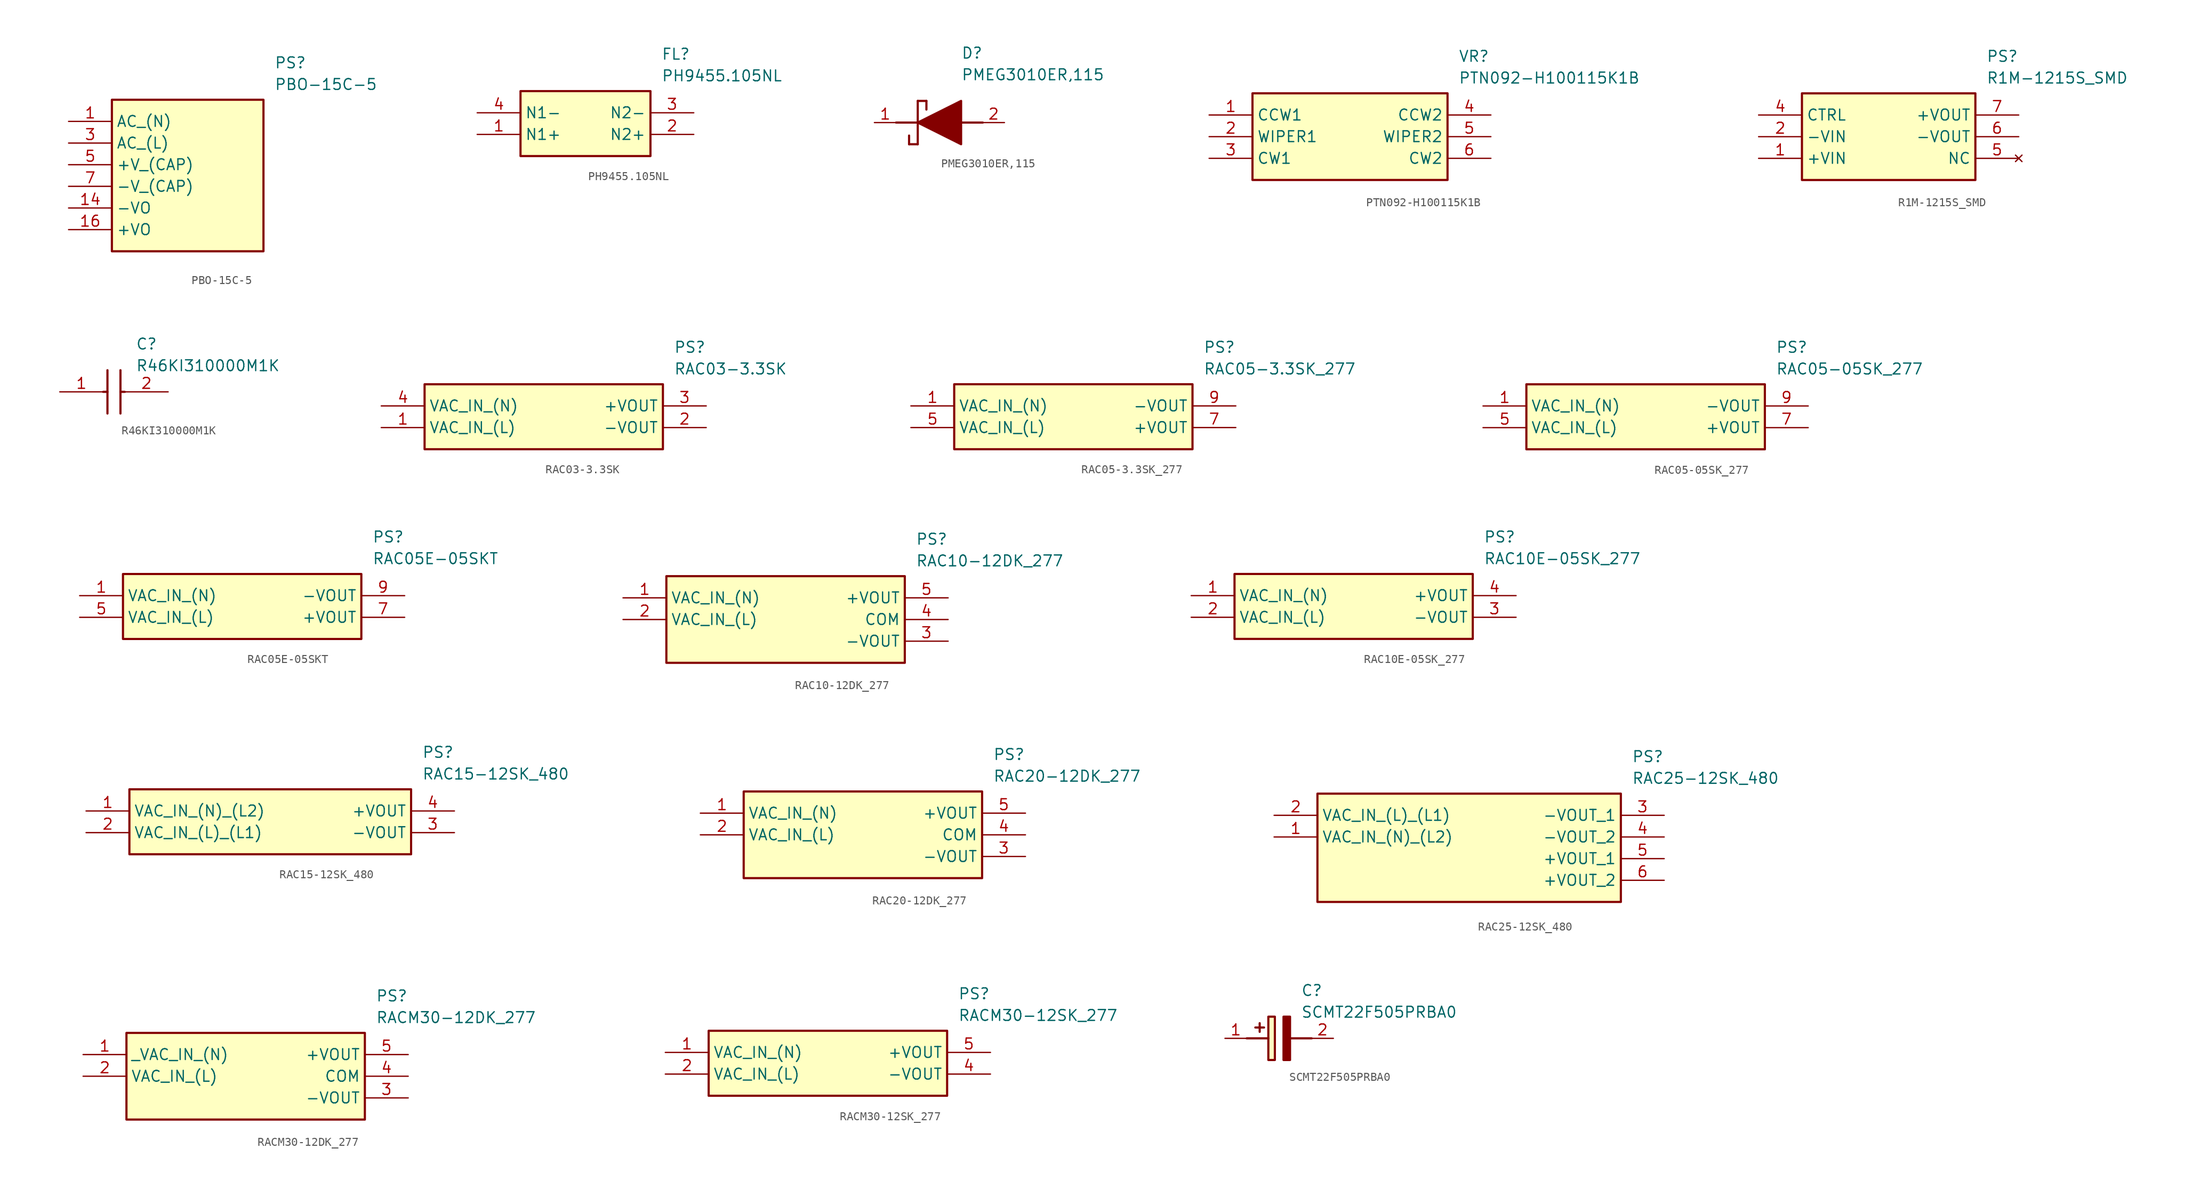
<source format=kicad_sym>
(kicad_symbol_lib
  (version 20241209)
  (generator "kicad_symbol_editor")
  (generator_version "9.0")
  (symbol "PBO-15C-5"
    (property "Reference" "PS"
      (at 24.13 7.62 0)
      (effects (font (size 1.27 1.27)) (justify left top)))
    (property "Value" "PBO-15C-5"
      (at 24.13 5.08 0)
      (effects (font (size 1.27 1.27)) (justify left top)))
    (symbol "PBO-15C-5_1_1"
      (rectangle (start 5.08 2.54) (end 22.86 -15.24) (stroke (width 0.254) (type default)) (fill (type background)))
      (pin passive line (at 0 0 0) (length 5.08) (name "AC_(N)" (effects (font (size 1.27 1.27)))) (number "1" (effects (font (size 1.27 1.27)))))
      (pin passive line (at 0 -2.54 0) (length 5.08) (name "AC_(L)" (effects (font (size 1.27 1.27)))) (number "3" (effects (font (size 1.27 1.27)))))
      (pin passive line (at 0 -5.08 0) (length 5.08) (name "+V_(CAP)" (effects (font (size 1.27 1.27)))) (number "5" (effects (font (size 1.27 1.27)))))
      (pin passive line (at 0 -7.62 0) (length 5.08) (name "-V_(CAP)" (effects (font (size 1.27 1.27)))) (number "7" (effects (font (size 1.27 1.27)))))
      (pin passive line (at 0 -10.16 0) (length 5.08) (name "-VO" (effects (font (size 1.27 1.27)))) (number "14" (effects (font (size 1.27 1.27)))))
      (pin passive line (at 0 -12.7 0) (length 5.08) (name "+VO" (effects (font (size 1.27 1.27)))) (number "16" (effects (font (size 1.27 1.27)))))))
  (symbol "PH9455.105NL"
    (property "Reference" "FL"
      (at 21.59 7.62 0)
      (effects (font (size 1.27 1.27)) (justify left top)))
    (property "Value" "PH9455.105NL"
      (at 21.59 5.08 0)
      (effects (font (size 1.27 1.27)) (justify left top)))
    (symbol "PH9455.105NL_1_1"
      (rectangle (start 5.08 2.54) (end 20.32 -5.08) (stroke (width 0.254) (type default)) (fill (type background)))
      (pin passive line (at 0 0 0) (length 5.08) (name "N1-" (effects (font (size 1.27 1.27)))) (number "4" (effects (font (size 1.27 1.27)))))
      (pin passive line (at 0 -2.54 0) (length 5.08) (name "N1+" (effects (font (size 1.27 1.27)))) (number "1" (effects (font (size 1.27 1.27)))))
      (pin passive line (at 25.4 0 180) (length 5.08) (name "N2-" (effects (font (size 1.27 1.27)))) (number "3" (effects (font (size 1.27 1.27)))))
      (pin passive line (at 25.4 -2.54 180) (length 5.08) (name "N2+" (effects (font (size 1.27 1.27)))) (number "2" (effects (font (size 1.27 1.27)))))))
  (symbol "PMEG3010ER,115"
    (pin_names
      (hide yes))
    (property "Reference" "D"
      (at 12.7 8.89 0)
      (effects (font (size 1.27 1.27)) (justify left top)))
    (property "Value" "PMEG3010ER,115"
      (at 12.7 6.35 0)
      (effects (font (size 1.27 1.27)) (justify left top)))
    (symbol "PMEG3010ER,115_1_1"
      (polyline (pts (xy 5.08 0) (xy 7.62 0)) (stroke (width 0.254) (type default)) (fill (type none)))
      (polyline (pts (xy 6.604 -1.524) (xy 6.604 -2.54)) (stroke (width 0.254) (type default)) (fill (type none)))
      (polyline (pts (xy 7.62 2.54) (xy 7.62 -2.54)) (stroke (width 0.254) (type default)) (fill (type none)))
      (polyline (pts (xy 7.62 2.54) (xy 8.636 2.54)) (stroke (width 0.254) (type default)) (fill (type none)))
      (polyline (pts (xy 7.62 0) (xy 12.7 2.54) (xy 12.7 -2.54) (xy 7.62 0)) (stroke (width 0.254) (type default)) (fill (type outline)))
      (polyline (pts (xy 7.62 -2.54) (xy 6.604 -2.54)) (stroke (width 0.254) (type default)) (fill (type none)))
      (polyline (pts (xy 8.636 1.524) (xy 8.636 2.54)) (stroke (width 0.254) (type default)) (fill (type none)))
      (polyline (pts (xy 12.7 0) (xy 15.24 0)) (stroke (width 0.254) (type default)) (fill (type none)))
      (pin passive line (at 2.54 0 0) (length 2.54) (name "K" (effects (font (size 1.27 1.27)))) (number "1" (effects (font (size 1.27 1.27)))))
      (pin passive line (at 17.78 0 180) (length 2.54) (name "A" (effects (font (size 1.27 1.27)))) (number "2" (effects (font (size 1.27 1.27)))))))
  (symbol "PTN092-H100115K1B"
    (property "Reference" "VR"
      (at 29.21 7.62 0)
      (effects (font (size 1.27 1.27)) (justify left top)))
    (property "Value" "PTN092-H100115K1B"
      (at 29.21 5.08 0)
      (effects (font (size 1.27 1.27)) (justify left top)))
    (symbol "PTN092-H100115K1B_1_1"
      (rectangle (start 5.08 2.54) (end 27.94 -7.62) (stroke (width 0.254) (type default)) (fill (type background)))
      (pin passive line (at 0 0 0) (length 5.08) (name "CCW1" (effects (font (size 1.27 1.27)))) (number "1" (effects (font (size 1.27 1.27)))))
      (pin passive line (at 0 -2.54 0) (length 5.08) (name "WIPER1" (effects (font (size 1.27 1.27)))) (number "2" (effects (font (size 1.27 1.27)))))
      (pin passive line (at 0 -5.08 0) (length 5.08) (name "CW1" (effects (font (size 1.27 1.27)))) (number "3" (effects (font (size 1.27 1.27)))))
      (pin passive line (at 33.02 0 180) (length 5.08) (name "CCW2" (effects (font (size 1.27 1.27)))) (number "4" (effects (font (size 1.27 1.27)))))
      (pin passive line (at 33.02 -2.54 180) (length 5.08) (name "WIPER2" (effects (font (size 1.27 1.27)))) (number "5" (effects (font (size 1.27 1.27)))))
      (pin passive line (at 33.02 -5.08 180) (length 5.08) (name "CW2" (effects (font (size 1.27 1.27)))) (number "6" (effects (font (size 1.27 1.27)))))))
  (symbol "R1M-1215S_SMD"
    (property "Reference" "PS"
      (at 26.67 7.62 0)
      (effects (font (size 1.27 1.27)) (justify left top)))
    (property "Value" "R1M-1215S_SMD"
      (at 26.67 5.08 0)
      (effects (font (size 1.27 1.27)) (justify left top)))
    (symbol "R1M-1215S_SMD_1_1"
      (rectangle (start 5.08 2.54) (end 25.4 -7.62) (stroke (width 0.254) (type default)) (fill (type background)))
      (pin passive line (at 0 0 0) (length 5.08) (name "CTRL" (effects (font (size 1.27 1.27)))) (number "4" (effects (font (size 1.27 1.27)))))
      (pin passive line (at 0 -2.54 0) (length 5.08) (name "-VIN" (effects (font (size 1.27 1.27)))) (number "2" (effects (font (size 1.27 1.27)))))
      (pin passive line (at 0 -5.08 0) (length 5.08) (name "+VIN" (effects (font (size 1.27 1.27)))) (number "1" (effects (font (size 1.27 1.27)))))
      (pin passive line (at 30.48 0 180) (length 5.08) (name "+VOUT" (effects (font (size 1.27 1.27)))) (number "7" (effects (font (size 1.27 1.27)))))
      (pin passive line (at 30.48 -2.54 180) (length 5.08) (name "-VOUT" (effects (font (size 1.27 1.27)))) (number "6" (effects (font (size 1.27 1.27)))))
      (pin no_connect line (at 30.48 -5.08 180) (length 5.08) (name "NC" (effects (font (size 1.27 1.27)))) (number "5" (effects (font (size 1.27 1.27)))))))
  (symbol "R46KI310000M1K"
    (pin_names
      (hide yes))
    (property "Reference" "C"
      (at 8.89 6.35 0)
      (effects (font (size 1.27 1.27)) (justify left top)))
    (property "Value" "R46KI310000M1K"
      (at 8.89 3.81 0)
      (effects (font (size 1.27 1.27)) (justify left top)))
    (symbol "R46KI310000M1K_1_1"
      (polyline (pts (xy 5.08 0) (xy 5.588 0)) (stroke (width 0.254) (type default)) (fill (type none)))
      (polyline (pts (xy 5.588 2.54) (xy 5.588 -2.54)) (stroke (width 0.254) (type default)) (fill (type none)))
      (polyline (pts (xy 7.112 2.54) (xy 7.112 -2.54)) (stroke (width 0.254) (type default)) (fill (type none)))
      (polyline (pts (xy 7.112 0) (xy 7.62 0)) (stroke (width 0.254) (type default)) (fill (type none)))
      (pin passive line (at 0 0 0) (length 5.08) (name "1" (effects (font (size 1.27 1.27)))) (number "1" (effects (font (size 1.27 1.27)))))
      (pin passive line (at 12.7 0 180) (length 5.08) (name "2" (effects (font (size 1.27 1.27)))) (number "2" (effects (font (size 1.27 1.27)))))))
  (symbol "RAC03-3.3SK"
    (property "Reference" "PS"
      (at 34.29 7.62 0)
      (effects (font (size 1.27 1.27)) (justify left top)))
    (property "Value" "RAC03-3.3SK"
      (at 34.29 5.08 0)
      (effects (font (size 1.27 1.27)) (justify left top)))
    (symbol "RAC03-3.3SK_1_1"
      (rectangle (start 5.08 2.54) (end 33.02 -5.08) (stroke (width 0.254) (type default)) (fill (type background)))
      (pin passive line (at 0 0 0) (length 5.08) (name "VAC_IN_(N)" (effects (font (size 1.27 1.27)))) (number "4" (effects (font (size 1.27 1.27)))))
      (pin passive line (at 0 -2.54 0) (length 5.08) (name "VAC_IN_(L)" (effects (font (size 1.27 1.27)))) (number "1" (effects (font (size 1.27 1.27)))))
      (pin passive line (at 38.1 0 180) (length 5.08) (name "+VOUT" (effects (font (size 1.27 1.27)))) (number "3" (effects (font (size 1.27 1.27)))))
      (pin passive line (at 38.1 -2.54 180) (length 5.08) (name "-VOUT" (effects (font (size 1.27 1.27)))) (number "2" (effects (font (size 1.27 1.27)))))))
  (symbol "RAC05-3.3SK_277"
    (property "Reference" "PS"
      (at 34.29 7.62 0)
      (effects (font (size 1.27 1.27)) (justify left top)))
    (property "Value" "RAC05-3.3SK_277"
      (at 34.29 5.08 0)
      (effects (font (size 1.27 1.27)) (justify left top)))
    (symbol "RAC05-3.3SK_277_1_1"
      (rectangle (start 5.08 2.54) (end 33.02 -5.08) (stroke (width 0.254) (type default)) (fill (type background)))
      (pin passive line (at 0 0 0) (length 5.08) (name "VAC_IN_(N)" (effects (font (size 1.27 1.27)))) (number "1" (effects (font (size 1.27 1.27)))))
      (pin passive line (at 0 -2.54 0) (length 5.08) (name "VAC_IN_(L)" (effects (font (size 1.27 1.27)))) (number "5" (effects (font (size 1.27 1.27)))))
      (pin passive line (at 38.1 0 180) (length 5.08) (name "-VOUT" (effects (font (size 1.27 1.27)))) (number "9" (effects (font (size 1.27 1.27)))))
      (pin passive line (at 38.1 -2.54 180) (length 5.08) (name "+VOUT" (effects (font (size 1.27 1.27)))) (number "7" (effects (font (size 1.27 1.27)))))))
  (symbol "RAC05-05SK_277"
    (property "Reference" "PS"
      (at 34.29 7.62 0)
      (effects (font (size 1.27 1.27)) (justify left top)))
    (property "Value" "RAC05-05SK_277"
      (at 34.29 5.08 0)
      (effects (font (size 1.27 1.27)) (justify left top)))
    (symbol "RAC05-05SK_277_1_1"
      (rectangle (start 5.08 2.54) (end 33.02 -5.08) (stroke (width 0.254) (type default)) (fill (type background)))
      (pin passive line (at 0 0 0) (length 5.08) (name "VAC_IN_(N)" (effects (font (size 1.27 1.27)))) (number "1" (effects (font (size 1.27 1.27)))))
      (pin passive line (at 0 -2.54 0) (length 5.08) (name "VAC_IN_(L)" (effects (font (size 1.27 1.27)))) (number "5" (effects (font (size 1.27 1.27)))))
      (pin passive line (at 38.1 0 180) (length 5.08) (name "-VOUT" (effects (font (size 1.27 1.27)))) (number "9" (effects (font (size 1.27 1.27)))))
      (pin passive line (at 38.1 -2.54 180) (length 5.08) (name "+VOUT" (effects (font (size 1.27 1.27)))) (number "7" (effects (font (size 1.27 1.27)))))))
  (symbol "RAC05E-05SKT"
    (property "Reference" "PS"
      (at 34.29 7.62 0)
      (effects (font (size 1.27 1.27)) (justify left top)))
    (property "Value" "RAC05E-05SKT"
      (at 34.29 5.08 0)
      (effects (font (size 1.27 1.27)) (justify left top)))
    (symbol "RAC05E-05SKT_1_1"
      (rectangle (start 5.08 2.54) (end 33.02 -5.08) (stroke (width 0.254) (type default)) (fill (type background)))
      (pin passive line (at 0 0 0) (length 5.08) (name "VAC_IN_(N)" (effects (font (size 1.27 1.27)))) (number "1" (effects (font (size 1.27 1.27)))))
      (pin passive line (at 0 -2.54 0) (length 5.08) (name "VAC_IN_(L)" (effects (font (size 1.27 1.27)))) (number "5" (effects (font (size 1.27 1.27)))))
      (pin passive line (at 38.1 0 180) (length 5.08) (name "-VOUT" (effects (font (size 1.27 1.27)))) (number "9" (effects (font (size 1.27 1.27)))))
      (pin passive line (at 38.1 -2.54 180) (length 5.08) (name "+VOUT" (effects (font (size 1.27 1.27)))) (number "7" (effects (font (size 1.27 1.27)))))))
  (symbol "RAC10-12DK_277"
    (property "Reference" "PS"
      (at 34.29 7.62 0)
      (effects (font (size 1.27 1.27)) (justify left top)))
    (property "Value" "RAC10-12DK_277"
      (at 34.29 5.08 0)
      (effects (font (size 1.27 1.27)) (justify left top)))
    (symbol "RAC10-12DK_277_1_1"
      (rectangle (start 5.08 2.54) (end 33.02 -7.62) (stroke (width 0.254) (type default)) (fill (type background)))
      (pin passive line (at 0 0 0) (length 5.08) (name "VAC_IN_(N)" (effects (font (size 1.27 1.27)))) (number "1" (effects (font (size 1.27 1.27)))))
      (pin passive line (at 0 -2.54 0) (length 5.08) (name "VAC_IN_(L)" (effects (font (size 1.27 1.27)))) (number "2" (effects (font (size 1.27 1.27)))))
      (pin passive line (at 38.1 0 180) (length 5.08) (name "+VOUT" (effects (font (size 1.27 1.27)))) (number "5" (effects (font (size 1.27 1.27)))))
      (pin passive line (at 38.1 -2.54 180) (length 5.08) (name "COM" (effects (font (size 1.27 1.27)))) (number "4" (effects (font (size 1.27 1.27)))))
      (pin passive line (at 38.1 -5.08 180) (length 5.08) (name "-VOUT" (effects (font (size 1.27 1.27)))) (number "3" (effects (font (size 1.27 1.27)))))))
  (symbol "RAC10E-05SK_277"
    (property "Reference" "PS"
      (at 34.29 7.62 0)
      (effects (font (size 1.27 1.27)) (justify left top)))
    (property "Value" "RAC10E-05SK_277"
      (at 34.29 5.08 0)
      (effects (font (size 1.27 1.27)) (justify left top)))
    (symbol "RAC10E-05SK_277_1_1"
      (rectangle (start 5.08 2.54) (end 33.02 -5.08) (stroke (width 0.254) (type default)) (fill (type background)))
      (pin passive line (at 0 0 0) (length 5.08) (name "VAC_IN_(N)" (effects (font (size 1.27 1.27)))) (number "1" (effects (font (size 1.27 1.27)))))
      (pin passive line (at 0 -2.54 0) (length 5.08) (name "VAC_IN_(L)" (effects (font (size 1.27 1.27)))) (number "2" (effects (font (size 1.27 1.27)))))
      (pin passive line (at 38.1 0 180) (length 5.08) (name "+VOUT" (effects (font (size 1.27 1.27)))) (number "4" (effects (font (size 1.27 1.27)))))
      (pin passive line (at 38.1 -2.54 180) (length 5.08) (name "-VOUT" (effects (font (size 1.27 1.27)))) (number "3" (effects (font (size 1.27 1.27)))))))
  (symbol "RAC15-12SK_480"
    (property "Reference" "PS"
      (at 39.37 7.62 0)
      (effects (font (size 1.27 1.27)) (justify left top)))
    (property "Value" "RAC15-12SK_480"
      (at 39.37 5.08 0)
      (effects (font (size 1.27 1.27)) (justify left top)))
    (symbol "RAC15-12SK_480_1_1"
      (rectangle (start 5.08 2.54) (end 38.1 -5.08) (stroke (width 0.254) (type default)) (fill (type background)))
      (pin passive line (at 0 0 0) (length 5.08) (name "VAC_IN_(N)_(L2)" (effects (font (size 1.27 1.27)))) (number "1" (effects (font (size 1.27 1.27)))))
      (pin passive line (at 0 -2.54 0) (length 5.08) (name "VAC_IN_(L)_(L1)" (effects (font (size 1.27 1.27)))) (number "2" (effects (font (size 1.27 1.27)))))
      (pin passive line (at 43.18 0 180) (length 5.08) (name "+VOUT" (effects (font (size 1.27 1.27)))) (number "4" (effects (font (size 1.27 1.27)))))
      (pin passive line (at 43.18 -2.54 180) (length 5.08) (name "-VOUT" (effects (font (size 1.27 1.27)))) (number "3" (effects (font (size 1.27 1.27)))))))
  (symbol "RAC20-12DK_277"
    (property "Reference" "PS"
      (at 34.29 7.62 0)
      (effects (font (size 1.27 1.27)) (justify left top)))
    (property "Value" "RAC20-12DK_277"
      (at 34.29 5.08 0)
      (effects (font (size 1.27 1.27)) (justify left top)))
    (symbol "RAC20-12DK_277_1_1"
      (rectangle (start 5.08 2.54) (end 33.02 -7.62) (stroke (width 0.254) (type default)) (fill (type background)))
      (pin passive line (at 0 0 0) (length 5.08) (name "VAC_IN_(N)" (effects (font (size 1.27 1.27)))) (number "1" (effects (font (size 1.27 1.27)))))
      (pin passive line (at 0 -2.54 0) (length 5.08) (name "VAC_IN_(L)" (effects (font (size 1.27 1.27)))) (number "2" (effects (font (size 1.27 1.27)))))
      (pin passive line (at 38.1 0 180) (length 5.08) (name "+VOUT" (effects (font (size 1.27 1.27)))) (number "5" (effects (font (size 1.27 1.27)))))
      (pin passive line (at 38.1 -2.54 180) (length 5.08) (name "COM" (effects (font (size 1.27 1.27)))) (number "4" (effects (font (size 1.27 1.27)))))
      (pin passive line (at 38.1 -5.08 180) (length 5.08) (name "-VOUT" (effects (font (size 1.27 1.27)))) (number "3" (effects (font (size 1.27 1.27)))))))
  (symbol "RAC25-12SK_480"
    (property "Reference" "PS"
      (at 41.91 7.62 0)
      (effects (font (size 1.27 1.27)) (justify left top)))
    (property "Value" "RAC25-12SK_480"
      (at 41.91 5.08 0)
      (effects (font (size 1.27 1.27)) (justify left top)))
    (symbol "RAC25-12SK_480_1_1"
      (rectangle (start 5.08 2.54) (end 40.64 -10.16) (stroke (width 0.254) (type default)) (fill (type background)))
      (pin passive line (at 0 0 0) (length 5.08) (name "VAC_IN_(L)_(L1)" (effects (font (size 1.27 1.27)))) (number "2" (effects (font (size 1.27 1.27)))))
      (pin passive line (at 0 -2.54 0) (length 5.08) (name "VAC_IN_(N)_(L2)" (effects (font (size 1.27 1.27)))) (number "1" (effects (font (size 1.27 1.27)))))
      (pin passive line (at 45.72 0 180) (length 5.08) (name "-VOUT_1" (effects (font (size 1.27 1.27)))) (number "3" (effects (font (size 1.27 1.27)))))
      (pin passive line (at 45.72 -2.54 180) (length 5.08) (name "-VOUT_2" (effects (font (size 1.27 1.27)))) (number "4" (effects (font (size 1.27 1.27)))))
      (pin passive line (at 45.72 -5.08 180) (length 5.08) (name "+VOUT_1" (effects (font (size 1.27 1.27)))) (number "5" (effects (font (size 1.27 1.27)))))
      (pin passive line (at 45.72 -7.62 180) (length 5.08) (name "+VOUT_2" (effects (font (size 1.27 1.27)))) (number "6" (effects (font (size 1.27 1.27)))))))
  (symbol "RACM30-12DK_277"
    (property "Reference" "PS"
      (at 34.29 7.62 0)
      (effects (font (size 1.27 1.27)) (justify left top)))
    (property "Value" "RACM30-12DK_277"
      (at 34.29 5.08 0)
      (effects (font (size 1.27 1.27)) (justify left top)))
    (symbol "RACM30-12DK_277_1_1"
      (rectangle (start 5.08 2.54) (end 33.02 -7.62) (stroke (width 0.254) (type default)) (fill (type background)))
      (pin passive line (at 0 0 0) (length 5.08) (name "_VAC_IN_(N)" (effects (font (size 1.27 1.27)))) (number "1" (effects (font (size 1.27 1.27)))))
      (pin passive line (at 0 -2.54 0) (length 5.08) (name "VAC_IN_(L)" (effects (font (size 1.27 1.27)))) (number "2" (effects (font (size 1.27 1.27)))))
      (pin passive line (at 38.1 0 180) (length 5.08) (name "+VOUT" (effects (font (size 1.27 1.27)))) (number "5" (effects (font (size 1.27 1.27)))))
      (pin passive line (at 38.1 -2.54 180) (length 5.08) (name "COM" (effects (font (size 1.27 1.27)))) (number "4" (effects (font (size 1.27 1.27)))))
      (pin passive line (at 38.1 -5.08 180) (length 5.08) (name "-VOUT" (effects (font (size 1.27 1.27)))) (number "3" (effects (font (size 1.27 1.27)))))))
  (symbol "RACM30-12SK_277"
    (property "Reference" "PS"
      (at 34.29 7.62 0)
      (effects (font (size 1.27 1.27)) (justify left top)))
    (property "Value" "RACM30-12SK_277"
      (at 34.29 5.08 0)
      (effects (font (size 1.27 1.27)) (justify left top)))
    (symbol "RACM30-12SK_277_1_1"
      (rectangle (start 5.08 2.54) (end 33.02 -5.08) (stroke (width 0.254) (type default)) (fill (type background)))
      (pin passive line (at 0 0 0) (length 5.08) (name "VAC_IN_(N)" (effects (font (size 1.27 1.27)))) (number "1" (effects (font (size 1.27 1.27)))))
      (pin passive line (at 0 -2.54 0) (length 5.08) (name "VAC_IN_(L)" (effects (font (size 1.27 1.27)))) (number "2" (effects (font (size 1.27 1.27)))))
      (pin passive line (at 38.1 0 180) (length 5.08) (name "+VOUT" (effects (font (size 1.27 1.27)))) (number "5" (effects (font (size 1.27 1.27)))))
      (pin passive line (at 38.1 -2.54 180) (length 5.08) (name "-VOUT" (effects (font (size 1.27 1.27)))) (number "4" (effects (font (size 1.27 1.27)))))))
  (symbol "SCMT22F505PRBA0"
    (pin_names
      (hide yes))
    (property "Reference" "C"
      (at 8.89 6.35 0)
      (effects (font (size 1.27 1.27)) (justify left top)))
    (property "Value" "SCMT22F505PRBA0"
      (at 8.89 3.81 0)
      (effects (font (size 1.27 1.27)) (justify left top)))
    (symbol "SCMT22F505PRBA0_1_1"
      (polyline (pts (xy 2.54 0) (xy 5.08 0)) (stroke (width 0.254) (type default)) (fill (type none)))
      (polyline (pts (xy 4.064 1.778) (xy 4.064 0.762)) (stroke (width 0.254) (type default)) (fill (type none)))
      (polyline (pts (xy 4.572 1.27) (xy 3.556 1.27)) (stroke (width 0.254) (type default)) (fill (type none)))
      (rectangle (start 5.08 2.54) (end 5.842 -2.54) (stroke (width 0.254) (type default)) (fill (type background)))
      (polyline (pts (xy 7.62 2.54) (xy 7.62 -2.54) (xy 6.858 -2.54) (xy 6.858 2.54) (xy 7.62 2.54)) (stroke (width 0.254) (type default)) (fill (type outline)))
      (polyline (pts (xy 7.62 0) (xy 10.16 0)) (stroke (width 0.254) (type default)) (fill (type none)))
      (pin passive line (at 0 0 0) (length 2.54) (name "+" (effects (font (size 1.27 1.27)))) (number "1" (effects (font (size 1.27 1.27)))))
      (pin passive line (at 12.7 0 180) (length 2.54) (name "-" (effects (font (size 1.27 1.27)))) (number "2" (effects (font (size 1.27 1.27))))))))
</source>
